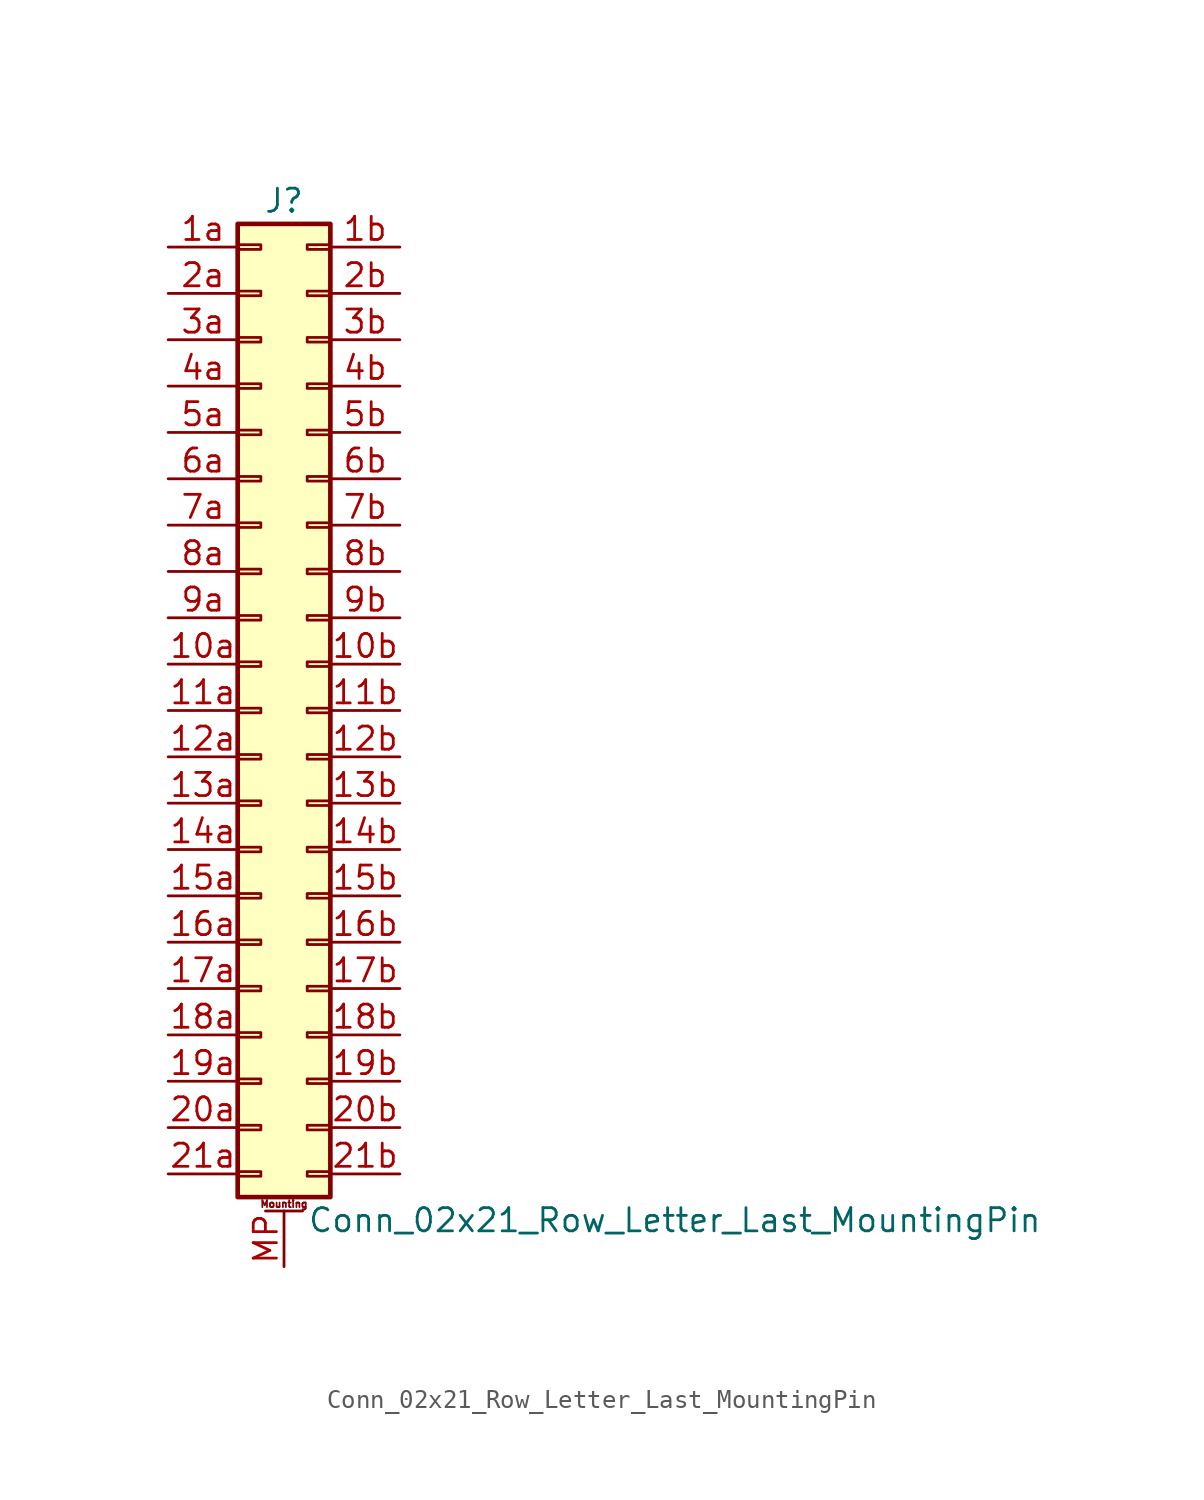
<source format=kicad_sym>
(kicad_symbol_lib
  (version 20201005)
  (generator kicad_symbol_editor)
  (symbol "Connector_Generic_MountingPin:Conn_02x21_Row_Letter_Last_MountingPin"
    (pin_names
      (offset 1.016) hide)
    (property "Reference" "J"
      (at 1.27 27.94 0)
      (effects (font (size 1.27 1.27))))
    (property "Value" "Conn_02x21_Row_Letter_Last_MountingPin"
      (at 2.54 -27.94 0)
      (effects (font (size 1.27 1.27)) (justify left)))
    (symbol "Conn_02x21_Row_Letter_Last_MountingPin_1_1"
      (text "Mounting" (at 1.27 -27.051 0) (effects (font (size 0.381 0.381))))
      (rectangle (start -1.27 -4.953) (end 0 -5.207) (stroke (width 0.152)) (fill (type none)))
      (rectangle (start -1.27 -7.493) (end 0 -7.747) (stroke (width 0.152)) (fill (type none)))
      (rectangle (start -1.27 -10.033) (end 0 -10.287) (stroke (width 0.152)) (fill (type none)))
      (rectangle (start -1.27 -12.573) (end 0 -12.827) (stroke (width 0.152)) (fill (type none)))
      (rectangle (start -1.27 -15.113) (end 0 -15.367) (stroke (width 0.152)) (fill (type none)))
      (rectangle (start -1.27 -17.653) (end 0 -17.907) (stroke (width 0.152)) (fill (type none)))
      (rectangle (start -1.27 -20.193) (end 0 -20.447) (stroke (width 0.152)) (fill (type none)))
      (rectangle (start -1.27 -22.733) (end 0 -22.987) (stroke (width 0.152)) (fill (type none)))
      (rectangle (start -1.27 -2.413) (end 0 -2.667) (stroke (width 0.152)) (fill (type none)))
      (rectangle (start -1.27 -25.273) (end 0 -25.527) (stroke (width 0.152)) (fill (type none)))
      (rectangle (start -1.27 25.527) (end 0 25.273) (stroke (width 0.152)) (fill (type none)))
      (rectangle (start -1.27 2.667) (end 0 2.413) (stroke (width 0.152)) (fill (type none)))
      (rectangle (start -1.27 26.67) (end 3.81 -26.67) (stroke (width 0.254)) (fill (type background)))
      (rectangle (start -1.27 5.207) (end 0 4.953) (stroke (width 0.152)) (fill (type none)))
      (rectangle (start -1.27 7.747) (end 0 7.493) (stroke (width 0.152)) (fill (type none)))
      (rectangle (start -1.27 10.287) (end 0 10.033) (stroke (width 0.152)) (fill (type none)))
      (rectangle (start -1.27 0.127) (end 0 -0.127) (stroke (width 0.152)) (fill (type none)))
      (rectangle (start -1.27 12.827) (end 0 12.573) (stroke (width 0.152)) (fill (type none)))
      (rectangle (start -1.27 15.367) (end 0 15.113) (stroke (width 0.152)) (fill (type none)))
      (rectangle (start -1.27 17.907) (end 0 17.653) (stroke (width 0.152)) (fill (type none)))
      (rectangle (start -1.27 20.447) (end 0 20.193) (stroke (width 0.152)) (fill (type none)))
      (rectangle (start -1.27 22.987) (end 0 22.733) (stroke (width 0.152)) (fill (type none)))
      (rectangle (start 3.81 -4.953) (end 2.54 -5.207) (stroke (width 0.152)) (fill (type none)))
      (rectangle (start 3.81 -7.493) (end 2.54 -7.747) (stroke (width 0.152)) (fill (type none)))
      (rectangle (start 3.81 -10.033) (end 2.54 -10.287) (stroke (width 0.152)) (fill (type none)))
      (rectangle (start 3.81 -12.573) (end 2.54 -12.827) (stroke (width 0.152)) (fill (type none)))
      (rectangle (start 3.81 -15.113) (end 2.54 -15.367) (stroke (width 0.152)) (fill (type none)))
      (rectangle (start 3.81 -17.653) (end 2.54 -17.907) (stroke (width 0.152)) (fill (type none)))
      (rectangle (start 3.81 -20.193) (end 2.54 -20.447) (stroke (width 0.152)) (fill (type none)))
      (rectangle (start 3.81 -22.733) (end 2.54 -22.987) (stroke (width 0.152)) (fill (type none)))
      (rectangle (start 3.81 -2.413) (end 2.54 -2.667) (stroke (width 0.152)) (fill (type none)))
      (rectangle (start 3.81 -25.273) (end 2.54 -25.527) (stroke (width 0.152)) (fill (type none)))
      (rectangle (start 3.81 25.527) (end 2.54 25.273) (stroke (width 0.152)) (fill (type none)))
      (rectangle (start 3.81 2.667) (end 2.54 2.413) (stroke (width 0.152)) (fill (type none)))
      (rectangle (start 3.81 5.207) (end 2.54 4.953) (stroke (width 0.152)) (fill (type none)))
      (rectangle (start 3.81 7.747) (end 2.54 7.493) (stroke (width 0.152)) (fill (type none)))
      (rectangle (start 3.81 10.287) (end 2.54 10.033) (stroke (width 0.152)) (fill (type none)))
      (rectangle (start 3.81 0.127) (end 2.54 -0.127) (stroke (width 0.152)) (fill (type none)))
      (rectangle (start 3.81 12.827) (end 2.54 12.573) (stroke (width 0.152)) (fill (type none)))
      (rectangle (start 3.81 15.367) (end 2.54 15.113) (stroke (width 0.152)) (fill (type none)))
      (rectangle (start 3.81 17.907) (end 2.54 17.653) (stroke (width 0.152)) (fill (type none)))
      (rectangle (start 3.81 20.447) (end 2.54 20.193) (stroke (width 0.152)) (fill (type none)))
      (rectangle (start 3.81 22.987) (end 2.54 22.733) (stroke (width 0.152)) (fill (type none)))
      (polyline (pts (xy 0.254 -27.432) (xy 2.286 -27.432)) (stroke (width 0.152)) (fill (type none)))
      (pin passive line (at 1.27 -30.48 90) (length 3.048) (name "MountPin" (effects (font (size 1.27 1.27)))) (number "MP" (effects (font (size 1.27 1.27)))))
      (pin passive line (at -5.08 2.54 0) (length 3.81) (name "Pin_10a" (effects (font (size 1.27 1.27)))) (number "10a" (effects (font (size 1.27 1.27)))))
      (pin passive line (at 7.62 2.54 180) (length 3.81) (name "Pin_10b" (effects (font (size 1.27 1.27)))) (number "10b" (effects (font (size 1.27 1.27)))))
      (pin passive line (at -5.08 0 0) (length 3.81) (name "Pin_11a" (effects (font (size 1.27 1.27)))) (number "11a" (effects (font (size 1.27 1.27)))))
      (pin passive line (at 7.62 0 180) (length 3.81) (name "Pin_11b" (effects (font (size 1.27 1.27)))) (number "11b" (effects (font (size 1.27 1.27)))))
      (pin passive line (at -5.08 -2.54 0) (length 3.81) (name "Pin_12a" (effects (font (size 1.27 1.27)))) (number "12a" (effects (font (size 1.27 1.27)))))
      (pin passive line (at 7.62 -2.54 180) (length 3.81) (name "Pin_12b" (effects (font (size 1.27 1.27)))) (number "12b" (effects (font (size 1.27 1.27)))))
      (pin passive line (at -5.08 -5.08 0) (length 3.81) (name "Pin_13a" (effects (font (size 1.27 1.27)))) (number "13a" (effects (font (size 1.27 1.27)))))
      (pin passive line (at 7.62 -5.08 180) (length 3.81) (name "Pin_13b" (effects (font (size 1.27 1.27)))) (number "13b" (effects (font (size 1.27 1.27)))))
      (pin passive line (at -5.08 -7.62 0) (length 3.81) (name "Pin_14a" (effects (font (size 1.27 1.27)))) (number "14a" (effects (font (size 1.27 1.27)))))
      (pin passive line (at 7.62 -7.62 180) (length 3.81) (name "Pin_14b" (effects (font (size 1.27 1.27)))) (number "14b" (effects (font (size 1.27 1.27)))))
      (pin passive line (at -5.08 -10.16 0) (length 3.81) (name "Pin_15a" (effects (font (size 1.27 1.27)))) (number "15a" (effects (font (size 1.27 1.27)))))
      (pin passive line (at 7.62 -10.16 180) (length 3.81) (name "Pin_15b" (effects (font (size 1.27 1.27)))) (number "15b" (effects (font (size 1.27 1.27)))))
      (pin passive line (at -5.08 -12.7 0) (length 3.81) (name "Pin_16a" (effects (font (size 1.27 1.27)))) (number "16a" (effects (font (size 1.27 1.27)))))
      (pin passive line (at 7.62 -12.7 180) (length 3.81) (name "Pin_16b" (effects (font (size 1.27 1.27)))) (number "16b" (effects (font (size 1.27 1.27)))))
      (pin passive line (at -5.08 -15.24 0) (length 3.81) (name "Pin_17a" (effects (font (size 1.27 1.27)))) (number "17a" (effects (font (size 1.27 1.27)))))
      (pin passive line (at 7.62 -15.24 180) (length 3.81) (name "Pin_17b" (effects (font (size 1.27 1.27)))) (number "17b" (effects (font (size 1.27 1.27)))))
      (pin passive line (at -5.08 -17.78 0) (length 3.81) (name "Pin_18a" (effects (font (size 1.27 1.27)))) (number "18a" (effects (font (size 1.27 1.27)))))
      (pin passive line (at 7.62 -17.78 180) (length 3.81) (name "Pin_18b" (effects (font (size 1.27 1.27)))) (number "18b" (effects (font (size 1.27 1.27)))))
      (pin passive line (at -5.08 -20.32 0) (length 3.81) (name "Pin_19a" (effects (font (size 1.27 1.27)))) (number "19a" (effects (font (size 1.27 1.27)))))
      (pin passive line (at 7.62 -20.32 180) (length 3.81) (name "Pin_19b" (effects (font (size 1.27 1.27)))) (number "19b" (effects (font (size 1.27 1.27)))))
      (pin passive line (at -5.08 25.4 0) (length 3.81) (name "Pin_1a" (effects (font (size 1.27 1.27)))) (number "1a" (effects (font (size 1.27 1.27)))))
      (pin passive line (at 7.62 25.4 180) (length 3.81) (name "Pin_1b" (effects (font (size 1.27 1.27)))) (number "1b" (effects (font (size 1.27 1.27)))))
      (pin passive line (at -5.08 -22.86 0) (length 3.81) (name "Pin_20a" (effects (font (size 1.27 1.27)))) (number "20a" (effects (font (size 1.27 1.27)))))
      (pin passive line (at 7.62 -22.86 180) (length 3.81) (name "Pin_20b" (effects (font (size 1.27 1.27)))) (number "20b" (effects (font (size 1.27 1.27)))))
      (pin passive line (at -5.08 -25.4 0) (length 3.81) (name "Pin_21a" (effects (font (size 1.27 1.27)))) (number "21a" (effects (font (size 1.27 1.27)))))
      (pin passive line (at 7.62 -25.4 180) (length 3.81) (name "Pin_21b" (effects (font (size 1.27 1.27)))) (number "21b" (effects (font (size 1.27 1.27)))))
      (pin passive line (at -5.08 22.86 0) (length 3.81) (name "Pin_2a" (effects (font (size 1.27 1.27)))) (number "2a" (effects (font (size 1.27 1.27)))))
      (pin passive line (at 7.62 22.86 180) (length 3.81) (name "Pin_2b" (effects (font (size 1.27 1.27)))) (number "2b" (effects (font (size 1.27 1.27)))))
      (pin passive line (at -5.08 20.32 0) (length 3.81) (name "Pin_3a" (effects (font (size 1.27 1.27)))) (number "3a" (effects (font (size 1.27 1.27)))))
      (pin passive line (at 7.62 20.32 180) (length 3.81) (name "Pin_3b" (effects (font (size 1.27 1.27)))) (number "3b" (effects (font (size 1.27 1.27)))))
      (pin passive line (at -5.08 17.78 0) (length 3.81) (name "Pin_4a" (effects (font (size 1.27 1.27)))) (number "4a" (effects (font (size 1.27 1.27)))))
      (pin passive line (at 7.62 17.78 180) (length 3.81) (name "Pin_4b" (effects (font (size 1.27 1.27)))) (number "4b" (effects (font (size 1.27 1.27)))))
      (pin passive line (at -5.08 15.24 0) (length 3.81) (name "Pin_5a" (effects (font (size 1.27 1.27)))) (number "5a" (effects (font (size 1.27 1.27)))))
      (pin passive line (at 7.62 15.24 180) (length 3.81) (name "Pin_5b" (effects (font (size 1.27 1.27)))) (number "5b" (effects (font (size 1.27 1.27)))))
      (pin passive line (at -5.08 12.7 0) (length 3.81) (name "Pin_6a" (effects (font (size 1.27 1.27)))) (number "6a" (effects (font (size 1.27 1.27)))))
      (pin passive line (at 7.62 12.7 180) (length 3.81) (name "Pin_6b" (effects (font (size 1.27 1.27)))) (number "6b" (effects (font (size 1.27 1.27)))))
      (pin passive line (at -5.08 10.16 0) (length 3.81) (name "Pin_7a" (effects (font (size 1.27 1.27)))) (number "7a" (effects (font (size 1.27 1.27)))))
      (pin passive line (at 7.62 10.16 180) (length 3.81) (name "Pin_7b" (effects (font (size 1.27 1.27)))) (number "7b" (effects (font (size 1.27 1.27)))))
      (pin passive line (at -5.08 7.62 0) (length 3.81) (name "Pin_8a" (effects (font (size 1.27 1.27)))) (number "8a" (effects (font (size 1.27 1.27)))))
      (pin passive line (at 7.62 7.62 180) (length 3.81) (name "Pin_8b" (effects (font (size 1.27 1.27)))) (number "8b" (effects (font (size 1.27 1.27)))))
      (pin passive line (at -5.08 5.08 0) (length 3.81) (name "Pin_9a" (effects (font (size 1.27 1.27)))) (number "9a" (effects (font (size 1.27 1.27)))))
      (pin passive line (at 7.62 5.08 180) (length 3.81) (name "Pin_9b" (effects (font (size 1.27 1.27)))) (number "9b" (effects (font (size 1.27 1.27))))))))
</source>
